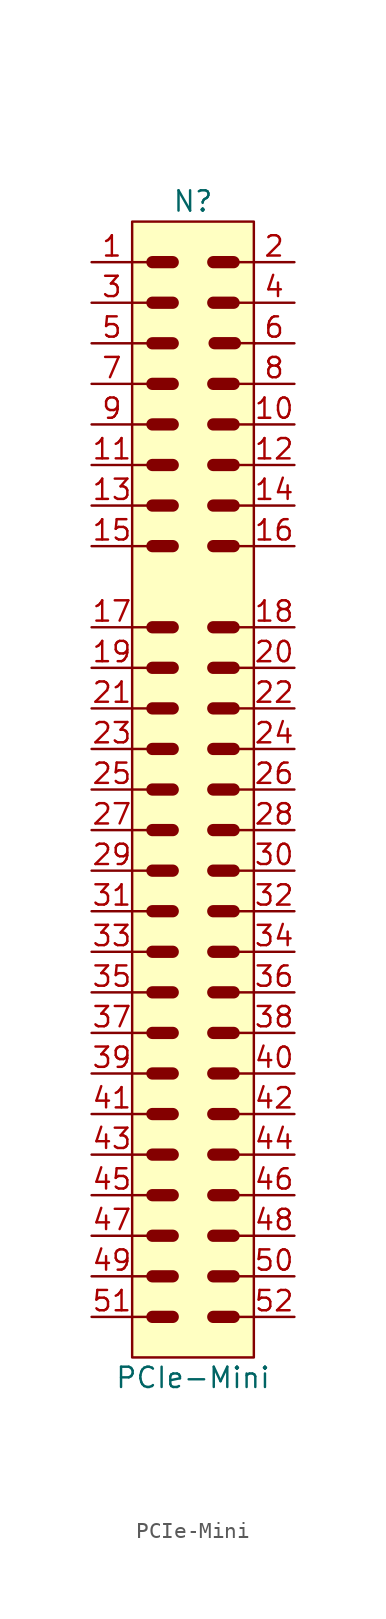
<source format=kicad_sym>
(kicad_symbol_lib
  (version 20231120)
  (generator "kicad_symbol_editor")
  (generator_version "8.0")
  (symbol "PCIe-Mini"
    (pin_names hide)
    (property "Reference" "N"
      (at 0 72.39 0)
      (effects (font (size 1.27 1.27))))
    (property "Value" "PCIe-Mini"
      (at 0 -1.27 0)
      (effects (font (size 1.27 1.27))))
    (symbol "PCIe-Mini_0_1"
      (polyline (pts (xy -3.81 2.54) (xy -2.54 2.54)) (stroke (width 0) (type default)) (fill (type none)))
      (polyline (pts (xy -3.81 5.08) (xy -2.54 5.08)) (stroke (width 0) (type default)) (fill (type none)))
      (polyline (pts (xy -3.81 7.62) (xy -2.54 7.62)) (stroke (width 0) (type default)) (fill (type none)))
      (polyline (pts (xy -3.81 10.16) (xy -2.54 10.16)) (stroke (width 0) (type default)) (fill (type none)))
      (polyline (pts (xy -3.81 12.7) (xy -2.54 12.7)) (stroke (width 0) (type default)) (fill (type none)))
      (polyline (pts (xy -3.81 15.24) (xy -2.54 15.24)) (stroke (width 0) (type default)) (fill (type none)))
      (polyline (pts (xy -3.81 17.78) (xy -2.54 17.78)) (stroke (width 0) (type default)) (fill (type none)))
      (polyline (pts (xy -3.81 20.32) (xy -2.54 20.32)) (stroke (width 0) (type default)) (fill (type none)))
      (polyline (pts (xy -3.81 22.86) (xy -2.54 22.86)) (stroke (width 0) (type default)) (fill (type none)))
      (polyline (pts (xy -3.81 25.4) (xy -2.54 25.4)) (stroke (width 0) (type default)) (fill (type none)))
      (polyline (pts (xy -3.81 27.94) (xy -2.54 27.94)) (stroke (width 0) (type default)) (fill (type none)))
      (polyline (pts (xy -3.81 30.48) (xy -2.54 30.48)) (stroke (width 0) (type default)) (fill (type none)))
      (polyline (pts (xy -3.81 33.02) (xy -2.54 33.02)) (stroke (width 0) (type default)) (fill (type none)))
      (polyline (pts (xy -3.81 35.56) (xy -2.54 35.56)) (stroke (width 0) (type default)) (fill (type none)))
      (polyline (pts (xy -3.81 38.1) (xy -2.54 38.1)) (stroke (width 0) (type default)) (fill (type none)))
      (polyline (pts (xy -3.81 40.64) (xy -2.54 40.64)) (stroke (width 0) (type default)) (fill (type none)))
      (polyline (pts (xy -3.81 43.18) (xy -2.54 43.18)) (stroke (width 0) (type default)) (fill (type none)))
      (polyline (pts (xy -3.81 45.72) (xy -2.54 45.72)) (stroke (width 0) (type default)) (fill (type none)))
      (polyline (pts (xy -3.81 50.8) (xy -2.54 50.8)) (stroke (width 0) (type default)) (fill (type none)))
      (polyline (pts (xy -3.81 53.34) (xy -2.54 53.34)) (stroke (width 0) (type default)) (fill (type none)))
      (polyline (pts (xy -3.81 55.88) (xy -2.54 55.88)) (stroke (width 0) (type default)) (fill (type none)))
      (polyline (pts (xy -3.81 58.42) (xy -2.54 58.42)) (stroke (width 0) (type default)) (fill (type none)))
      (polyline (pts (xy -3.81 60.96) (xy -2.54 60.96)) (stroke (width 0) (type default)) (fill (type none)))
      (polyline (pts (xy -3.81 63.5) (xy -2.54 63.5)) (stroke (width 0) (type default)) (fill (type none)))
      (polyline (pts (xy -3.81 66.04) (xy -2.54 66.04)) (stroke (width 0) (type default)) (fill (type none)))
      (polyline (pts (xy -3.81 68.58) (xy -2.54 68.58)) (stroke (width 0) (type default)) (fill (type none)))
      (polyline (pts (xy 3.81 2.54) (xy 2.54 2.54)) (stroke (width 0) (type default)) (fill (type none)))
      (polyline (pts (xy 3.81 5.08) (xy 2.54 5.08)) (stroke (width 0) (type default)) (fill (type none)))
      (polyline (pts (xy 3.81 7.62) (xy 2.54 7.62)) (stroke (width 0) (type default)) (fill (type none)))
      (polyline (pts (xy 3.81 10.16) (xy 2.54 10.16)) (stroke (width 0) (type default)) (fill (type none)))
      (polyline (pts (xy 3.81 12.7) (xy 2.54 12.7)) (stroke (width 0) (type default)) (fill (type none)))
      (polyline (pts (xy 3.81 15.24) (xy 2.54 15.24)) (stroke (width 0) (type default)) (fill (type none)))
      (polyline (pts (xy 3.81 17.78) (xy 2.54 17.78)) (stroke (width 0) (type default)) (fill (type none)))
      (polyline (pts (xy 3.81 20.32) (xy 2.54 20.32)) (stroke (width 0) (type default)) (fill (type none)))
      (polyline (pts (xy 3.81 22.86) (xy 2.54 22.86)) (stroke (width 0) (type default)) (fill (type none)))
      (polyline (pts (xy 3.81 25.4) (xy 2.54 25.4)) (stroke (width 0) (type default)) (fill (type none)))
      (polyline (pts (xy 3.81 27.94) (xy 2.54 27.94)) (stroke (width 0) (type default)) (fill (type none)))
      (polyline (pts (xy 3.81 30.48) (xy 2.54 30.48)) (stroke (width 0) (type default)) (fill (type none)))
      (polyline (pts (xy 3.81 33.02) (xy 2.54 33.02)) (stroke (width 0) (type default)) (fill (type none)))
      (polyline (pts (xy 3.81 35.56) (xy 2.54 35.56)) (stroke (width 0) (type default)) (fill (type none)))
      (polyline (pts (xy 3.81 38.1) (xy 2.54 38.1)) (stroke (width 0) (type default)) (fill (type none)))
      (polyline (pts (xy 3.81 40.64) (xy 2.54 40.64)) (stroke (width 0) (type default)) (fill (type none)))
      (polyline (pts (xy 3.81 43.18) (xy 2.54 43.18)) (stroke (width 0) (type default)) (fill (type none)))
      (polyline (pts (xy 3.81 45.72) (xy 2.54 45.72)) (stroke (width 0) (type default)) (fill (type none)))
      (polyline (pts (xy 3.81 50.8) (xy 2.54 50.8)) (stroke (width 0) (type default)) (fill (type none)))
      (polyline (pts (xy 3.81 53.34) (xy 2.54 53.34)) (stroke (width 0) (type default)) (fill (type none)))
      (polyline (pts (xy 3.81 55.88) (xy 2.54 55.88)) (stroke (width 0) (type default)) (fill (type none)))
      (polyline (pts (xy 3.81 58.42) (xy 2.54 58.42)) (stroke (width 0) (type default)) (fill (type none)))
      (polyline (pts (xy 3.81 60.96) (xy 2.54 60.96)) (stroke (width 0) (type default)) (fill (type none)))
      (polyline (pts (xy 3.81 66.04) (xy 2.54 66.04)) (stroke (width 0) (type default)) (fill (type none)))
      (polyline (pts (xy 3.81 68.58) (xy 2.54 68.58)) (stroke (width 0) (type default)) (fill (type none)))
      (polyline (pts (xy 3.894 63.507) (xy 2.624 63.507)) (stroke (width 0) (type default)) (fill (type none))))
    (symbol "PCIe-Mini_1_1"
      (rectangle (start -3.81 71.12) (end 3.81 0) (stroke (width 0) (type default)) (fill (type background)))
      (polyline (pts (xy -2.54 2.54) (xy -1.27 2.54)) (stroke (width 0.768) (type default)) (fill (type none)))
      (polyline (pts (xy -2.54 5.08) (xy -1.27 5.08)) (stroke (width 0.768) (type default)) (fill (type none)))
      (polyline (pts (xy -2.54 7.62) (xy -1.27 7.62)) (stroke (width 0.768) (type default)) (fill (type none)))
      (polyline (pts (xy -2.54 10.16) (xy -1.27 10.16)) (stroke (width 0.768) (type default)) (fill (type none)))
      (polyline (pts (xy -2.54 12.7) (xy -1.27 12.7)) (stroke (width 0.768) (type default)) (fill (type none)))
      (polyline (pts (xy -2.54 15.24) (xy -1.27 15.24)) (stroke (width 0.768) (type default)) (fill (type none)))
      (polyline (pts (xy -2.54 17.78) (xy -1.27 17.78)) (stroke (width 0.768) (type default)) (fill (type none)))
      (polyline (pts (xy -2.54 20.32) (xy -1.27 20.32)) (stroke (width 0.768) (type default)) (fill (type none)))
      (polyline (pts (xy -2.54 22.86) (xy -1.27 22.86)) (stroke (width 0.768) (type default)) (fill (type none)))
      (polyline (pts (xy -2.54 25.4) (xy -1.27 25.4)) (stroke (width 0.768) (type default)) (fill (type none)))
      (polyline (pts (xy -2.54 27.94) (xy -1.27 27.94)) (stroke (width 0.768) (type default)) (fill (type none)))
      (polyline (pts (xy -2.54 30.48) (xy -1.27 30.48)) (stroke (width 0.768) (type default)) (fill (type none)))
      (polyline (pts (xy -2.54 33.02) (xy -1.27 33.02)) (stroke (width 0.768) (type default)) (fill (type none)))
      (polyline (pts (xy -2.54 35.56) (xy -1.27 35.56)) (stroke (width 0.768) (type default)) (fill (type none)))
      (polyline (pts (xy -2.54 38.1) (xy -1.27 38.1)) (stroke (width 0.768) (type default)) (fill (type none)))
      (polyline (pts (xy -2.54 40.64) (xy -1.27 40.64)) (stroke (width 0.768) (type default)) (fill (type none)))
      (polyline (pts (xy -2.54 43.18) (xy -1.27 43.18)) (stroke (width 0.768) (type default)) (fill (type none)))
      (polyline (pts (xy -2.54 45.72) (xy -1.27 45.72)) (stroke (width 0.768) (type default)) (fill (type none)))
      (polyline (pts (xy -2.54 50.8) (xy -1.27 50.8)) (stroke (width 0.768) (type default)) (fill (type none)))
      (polyline (pts (xy -2.54 53.34) (xy -1.27 53.34)) (stroke (width 0.768) (type default)) (fill (type none)))
      (polyline (pts (xy -2.54 55.88) (xy -1.27 55.88)) (stroke (width 0.768) (type default)) (fill (type none)))
      (polyline (pts (xy -2.54 58.42) (xy -1.27 58.42)) (stroke (width 0.768) (type default)) (fill (type none)))
      (polyline (pts (xy -2.54 60.96) (xy -1.27 60.96)) (stroke (width 0.768) (type default)) (fill (type none)))
      (polyline (pts (xy -2.54 63.5) (xy -1.27 63.5)) (stroke (width 0.768) (type default)) (fill (type none)))
      (polyline (pts (xy -2.54 66.04) (xy -1.27 66.04)) (stroke (width 0.768) (type default)) (fill (type none)))
      (polyline (pts (xy -2.54 68.58) (xy -1.27 68.58)) (stroke (width 0.768) (type default)) (fill (type none)))
      (polyline (pts (xy 2.54 2.54) (xy 1.27 2.54)) (stroke (width 0.768) (type default)) (fill (type none)))
      (polyline (pts (xy 2.54 5.08) (xy 1.27 5.08)) (stroke (width 0.768) (type default)) (fill (type none)))
      (polyline (pts (xy 2.54 7.62) (xy 1.27 7.62)) (stroke (width 0.768) (type default)) (fill (type none)))
      (polyline (pts (xy 2.54 10.16) (xy 1.27 10.16)) (stroke (width 0.768) (type default)) (fill (type none)))
      (polyline (pts (xy 2.54 12.7) (xy 1.27 12.7)) (stroke (width 0.768) (type default)) (fill (type none)))
      (polyline (pts (xy 2.54 15.24) (xy 1.27 15.24)) (stroke (width 0.768) (type default)) (fill (type none)))
      (polyline (pts (xy 2.54 17.78) (xy 1.27 17.78)) (stroke (width 0.768) (type default)) (fill (type none)))
      (polyline (pts (xy 2.54 20.32) (xy 1.27 20.32)) (stroke (width 0.768) (type default)) (fill (type none)))
      (polyline (pts (xy 2.54 22.86) (xy 1.27 22.86)) (stroke (width 0.768) (type default)) (fill (type none)))
      (polyline (pts (xy 2.54 25.4) (xy 1.27 25.4)) (stroke (width 0.768) (type default)) (fill (type none)))
      (polyline (pts (xy 2.54 27.94) (xy 1.27 27.94)) (stroke (width 0.768) (type default)) (fill (type none)))
      (polyline (pts (xy 2.54 30.48) (xy 1.27 30.48)) (stroke (width 0.768) (type default)) (fill (type none)))
      (polyline (pts (xy 2.54 33.02) (xy 1.27 33.02)) (stroke (width 0.768) (type default)) (fill (type none)))
      (polyline (pts (xy 2.54 35.56) (xy 1.27 35.56)) (stroke (width 0.768) (type default)) (fill (type none)))
      (polyline (pts (xy 2.54 38.1) (xy 1.27 38.1)) (stroke (width 0.768) (type default)) (fill (type none)))
      (polyline (pts (xy 2.54 40.64) (xy 1.27 40.64)) (stroke (width 0.768) (type default)) (fill (type none)))
      (polyline (pts (xy 2.54 43.18) (xy 1.27 43.18)) (stroke (width 0.768) (type default)) (fill (type none)))
      (polyline (pts (xy 2.54 45.72) (xy 1.27 45.72)) (stroke (width 0.768) (type default)) (fill (type none)))
      (polyline (pts (xy 2.54 50.8) (xy 1.27 50.8)) (stroke (width 0.768) (type default)) (fill (type none)))
      (polyline (pts (xy 2.54 53.34) (xy 1.27 53.34)) (stroke (width 0.768) (type default)) (fill (type none)))
      (polyline (pts (xy 2.54 55.88) (xy 1.27 55.88)) (stroke (width 0.768) (type default)) (fill (type none)))
      (polyline (pts (xy 2.54 58.42) (xy 1.27 58.42)) (stroke (width 0.768) (type default)) (fill (type none)))
      (polyline (pts (xy 2.54 60.96) (xy 1.27 60.96)) (stroke (width 0.768) (type default)) (fill (type none)))
      (polyline (pts (xy 2.54 66.04) (xy 1.27 66.04)) (stroke (width 0.768) (type default)) (fill (type none)))
      (polyline (pts (xy 2.54 68.58) (xy 1.27 68.58)) (stroke (width 0.768) (type default)) (fill (type none)))
      (polyline (pts (xy 2.624 63.507) (xy 1.354 63.507)) (stroke (width 0.768) (type default)) (fill (type none)))
      (pin passive line (at -6.35 68.58 0) (length 2.54) (name "1" (effects (font (size 1.27 1.27)))) (number "1" (effects (font (size 1.27 1.27)))))
      (pin passive line (at 6.35 58.42 180) (length 2.54) (name "10" (effects (font (size 1.27 1.27)))) (number "10" (effects (font (size 1.27 1.27)))))
      (pin passive line (at -6.35 55.88 0) (length 2.54) (name "11" (effects (font (size 1.27 1.27)))) (number "11" (effects (font (size 1.27 1.27)))))
      (pin passive line (at 6.35 55.88 180) (length 2.54) (name "12" (effects (font (size 1.27 1.27)))) (number "12" (effects (font (size 1.27 1.27)))))
      (pin passive line (at -6.35 53.34 0) (length 2.54) (name "13" (effects (font (size 1.27 1.27)))) (number "13" (effects (font (size 1.27 1.27)))))
      (pin passive line (at 6.35 53.34 180) (length 2.54) (name "14" (effects (font (size 1.27 1.27)))) (number "14" (effects (font (size 1.27 1.27)))))
      (pin passive line (at -6.35 50.8 0) (length 2.54) (name "15" (effects (font (size 1.27 1.27)))) (number "15" (effects (font (size 1.27 1.27)))))
      (pin passive line (at 6.35 50.8 180) (length 2.54) (name "16" (effects (font (size 1.27 1.27)))) (number "16" (effects (font (size 1.27 1.27)))))
      (pin passive line (at -6.35 45.72 0) (length 2.54) (name "17" (effects (font (size 1.27 1.27)))) (number "17" (effects (font (size 1.27 1.27)))))
      (pin passive line (at 6.35 45.72 180) (length 2.54) (name "18" (effects (font (size 1.27 1.27)))) (number "18" (effects (font (size 1.27 1.27)))))
      (pin passive line (at -6.35 43.18 0) (length 2.54) (name "19" (effects (font (size 1.27 1.27)))) (number "19" (effects (font (size 1.27 1.27)))))
      (pin passive line (at 6.35 68.58 180) (length 2.54) (name "2" (effects (font (size 1.27 1.27)))) (number "2" (effects (font (size 1.27 1.27)))))
      (pin passive line (at 6.35 43.18 180) (length 2.54) (name "20" (effects (font (size 1.27 1.27)))) (number "20" (effects (font (size 1.27 1.27)))))
      (pin passive line (at -6.35 40.64 0) (length 2.54) (name "21" (effects (font (size 1.27 1.27)))) (number "21" (effects (font (size 1.27 1.27)))))
      (pin passive line (at 6.35 40.64 180) (length 2.54) (name "22" (effects (font (size 1.27 1.27)))) (number "22" (effects (font (size 1.27 1.27)))))
      (pin passive line (at -6.35 38.1 0) (length 2.54) (name "23" (effects (font (size 1.27 1.27)))) (number "23" (effects (font (size 1.27 1.27)))))
      (pin passive line (at 6.35 38.1 180) (length 2.54) (name "24" (effects (font (size 1.27 1.27)))) (number "24" (effects (font (size 1.27 1.27)))))
      (pin passive line (at -6.35 35.56 0) (length 2.54) (name "25" (effects (font (size 1.27 1.27)))) (number "25" (effects (font (size 1.27 1.27)))))
      (pin passive line (at 6.35 35.56 180) (length 2.54) (name "26" (effects (font (size 1.27 1.27)))) (number "26" (effects (font (size 1.27 1.27)))))
      (pin passive line (at -6.35 33.02 0) (length 2.54) (name "27" (effects (font (size 1.27 1.27)))) (number "27" (effects (font (size 1.27 1.27)))))
      (pin passive line (at 6.35 33.02 180) (length 2.54) (name "28" (effects (font (size 1.27 1.27)))) (number "28" (effects (font (size 1.27 1.27)))))
      (pin passive line (at -6.35 30.48 0) (length 2.54) (name "29" (effects (font (size 1.27 1.27)))) (number "29" (effects (font (size 1.27 1.27)))))
      (pin passive line (at -6.35 66.04 0) (length 2.54) (name "3" (effects (font (size 1.27 1.27)))) (number "3" (effects (font (size 1.27 1.27)))))
      (pin passive line (at 6.35 30.48 180) (length 2.54) (name "30" (effects (font (size 1.27 1.27)))) (number "30" (effects (font (size 1.27 1.27)))))
      (pin passive line (at -6.35 27.94 0) (length 2.54) (name "31" (effects (font (size 1.27 1.27)))) (number "31" (effects (font (size 1.27 1.27)))))
      (pin passive line (at 6.35 27.94 180) (length 2.54) (name "32" (effects (font (size 1.27 1.27)))) (number "32" (effects (font (size 1.27 1.27)))))
      (pin passive line (at -6.35 25.4 0) (length 2.54) (name "33" (effects (font (size 1.27 1.27)))) (number "33" (effects (font (size 1.27 1.27)))))
      (pin passive line (at 6.35 25.4 180) (length 2.54) (name "34" (effects (font (size 1.27 1.27)))) (number "34" (effects (font (size 1.27 1.27)))))
      (pin passive line (at -6.35 22.86 0) (length 2.54) (name "35" (effects (font (size 1.27 1.27)))) (number "35" (effects (font (size 1.27 1.27)))))
      (pin passive line (at 6.35 22.86 180) (length 2.54) (name "36" (effects (font (size 1.27 1.27)))) (number "36" (effects (font (size 1.27 1.27)))))
      (pin passive line (at -6.35 20.32 0) (length 2.54) (name "37" (effects (font (size 1.27 1.27)))) (number "37" (effects (font (size 1.27 1.27)))))
      (pin passive line (at 6.35 20.32 180) (length 2.54) (name "38" (effects (font (size 1.27 1.27)))) (number "38" (effects (font (size 1.27 1.27)))))
      (pin passive line (at -6.35 17.78 0) (length 2.54) (name "39" (effects (font (size 1.27 1.27)))) (number "39" (effects (font (size 1.27 1.27)))))
      (pin passive line (at 6.35 66.04 180) (length 2.54) (name "4" (effects (font (size 1.27 1.27)))) (number "4" (effects (font (size 1.27 1.27)))))
      (pin passive line (at 6.35 17.78 180) (length 2.54) (name "40" (effects (font (size 1.27 1.27)))) (number "40" (effects (font (size 1.27 1.27)))))
      (pin passive line (at -6.35 15.24 0) (length 2.54) (name "41" (effects (font (size 1.27 1.27)))) (number "41" (effects (font (size 1.27 1.27)))))
      (pin passive line (at 6.35 15.24 180) (length 2.54) (name "42" (effects (font (size 1.27 1.27)))) (number "42" (effects (font (size 1.27 1.27)))))
      (pin passive line (at -6.35 12.7 0) (length 2.54) (name "43" (effects (font (size 1.27 1.27)))) (number "43" (effects (font (size 1.27 1.27)))))
      (pin passive line (at 6.35 12.7 180) (length 2.54) (name "44" (effects (font (size 1.27 1.27)))) (number "44" (effects (font (size 1.27 1.27)))))
      (pin passive line (at -6.35 10.16 0) (length 2.54) (name "45" (effects (font (size 1.27 1.27)))) (number "45" (effects (font (size 1.27 1.27)))))
      (pin passive line (at 6.35 10.16 180) (length 2.54) (name "46" (effects (font (size 1.27 1.27)))) (number "46" (effects (font (size 1.27 1.27)))))
      (pin passive line (at -6.35 7.62 0) (length 2.54) (name "47" (effects (font (size 1.27 1.27)))) (number "47" (effects (font (size 1.27 1.27)))))
      (pin passive line (at 6.35 7.62 180) (length 2.54) (name "48" (effects (font (size 1.27 1.27)))) (number "48" (effects (font (size 1.27 1.27)))))
      (pin passive line (at -6.35 5.08 0) (length 2.54) (name "49" (effects (font (size 1.27 1.27)))) (number "49" (effects (font (size 1.27 1.27)))))
      (pin passive line (at -6.35 63.5 0) (length 2.54) (name "5" (effects (font (size 1.27 1.27)))) (number "5" (effects (font (size 1.27 1.27)))))
      (pin passive line (at 6.35 5.08 180) (length 2.54) (name "50" (effects (font (size 1.27 1.27)))) (number "50" (effects (font (size 1.27 1.27)))))
      (pin passive line (at -6.35 2.54 0) (length 2.54) (name "51" (effects (font (size 1.27 1.27)))) (number "51" (effects (font (size 1.27 1.27)))))
      (pin passive line (at 6.35 2.54 180) (length 2.54) (name "52" (effects (font (size 1.27 1.27)))) (number "52" (effects (font (size 1.27 1.27)))))
      (pin passive line (at 6.35 63.5 180) (length 2.54) (name "6" (effects (font (size 1.27 1.27)))) (number "6" (effects (font (size 1.27 1.27)))))
      (pin passive line (at -6.35 60.96 0) (length 2.54) (name "7" (effects (font (size 1.27 1.27)))) (number "7" (effects (font (size 1.27 1.27)))))
      (pin passive line (at 6.35 60.96 180) (length 2.54) (name "8" (effects (font (size 1.27 1.27)))) (number "8" (effects (font (size 1.27 1.27)))))
      (pin passive line (at -6.35 58.42 0) (length 2.54) (name "9" (effects (font (size 1.27 1.27)))) (number "9" (effects (font (size 1.27 1.27))))))))
</source>
